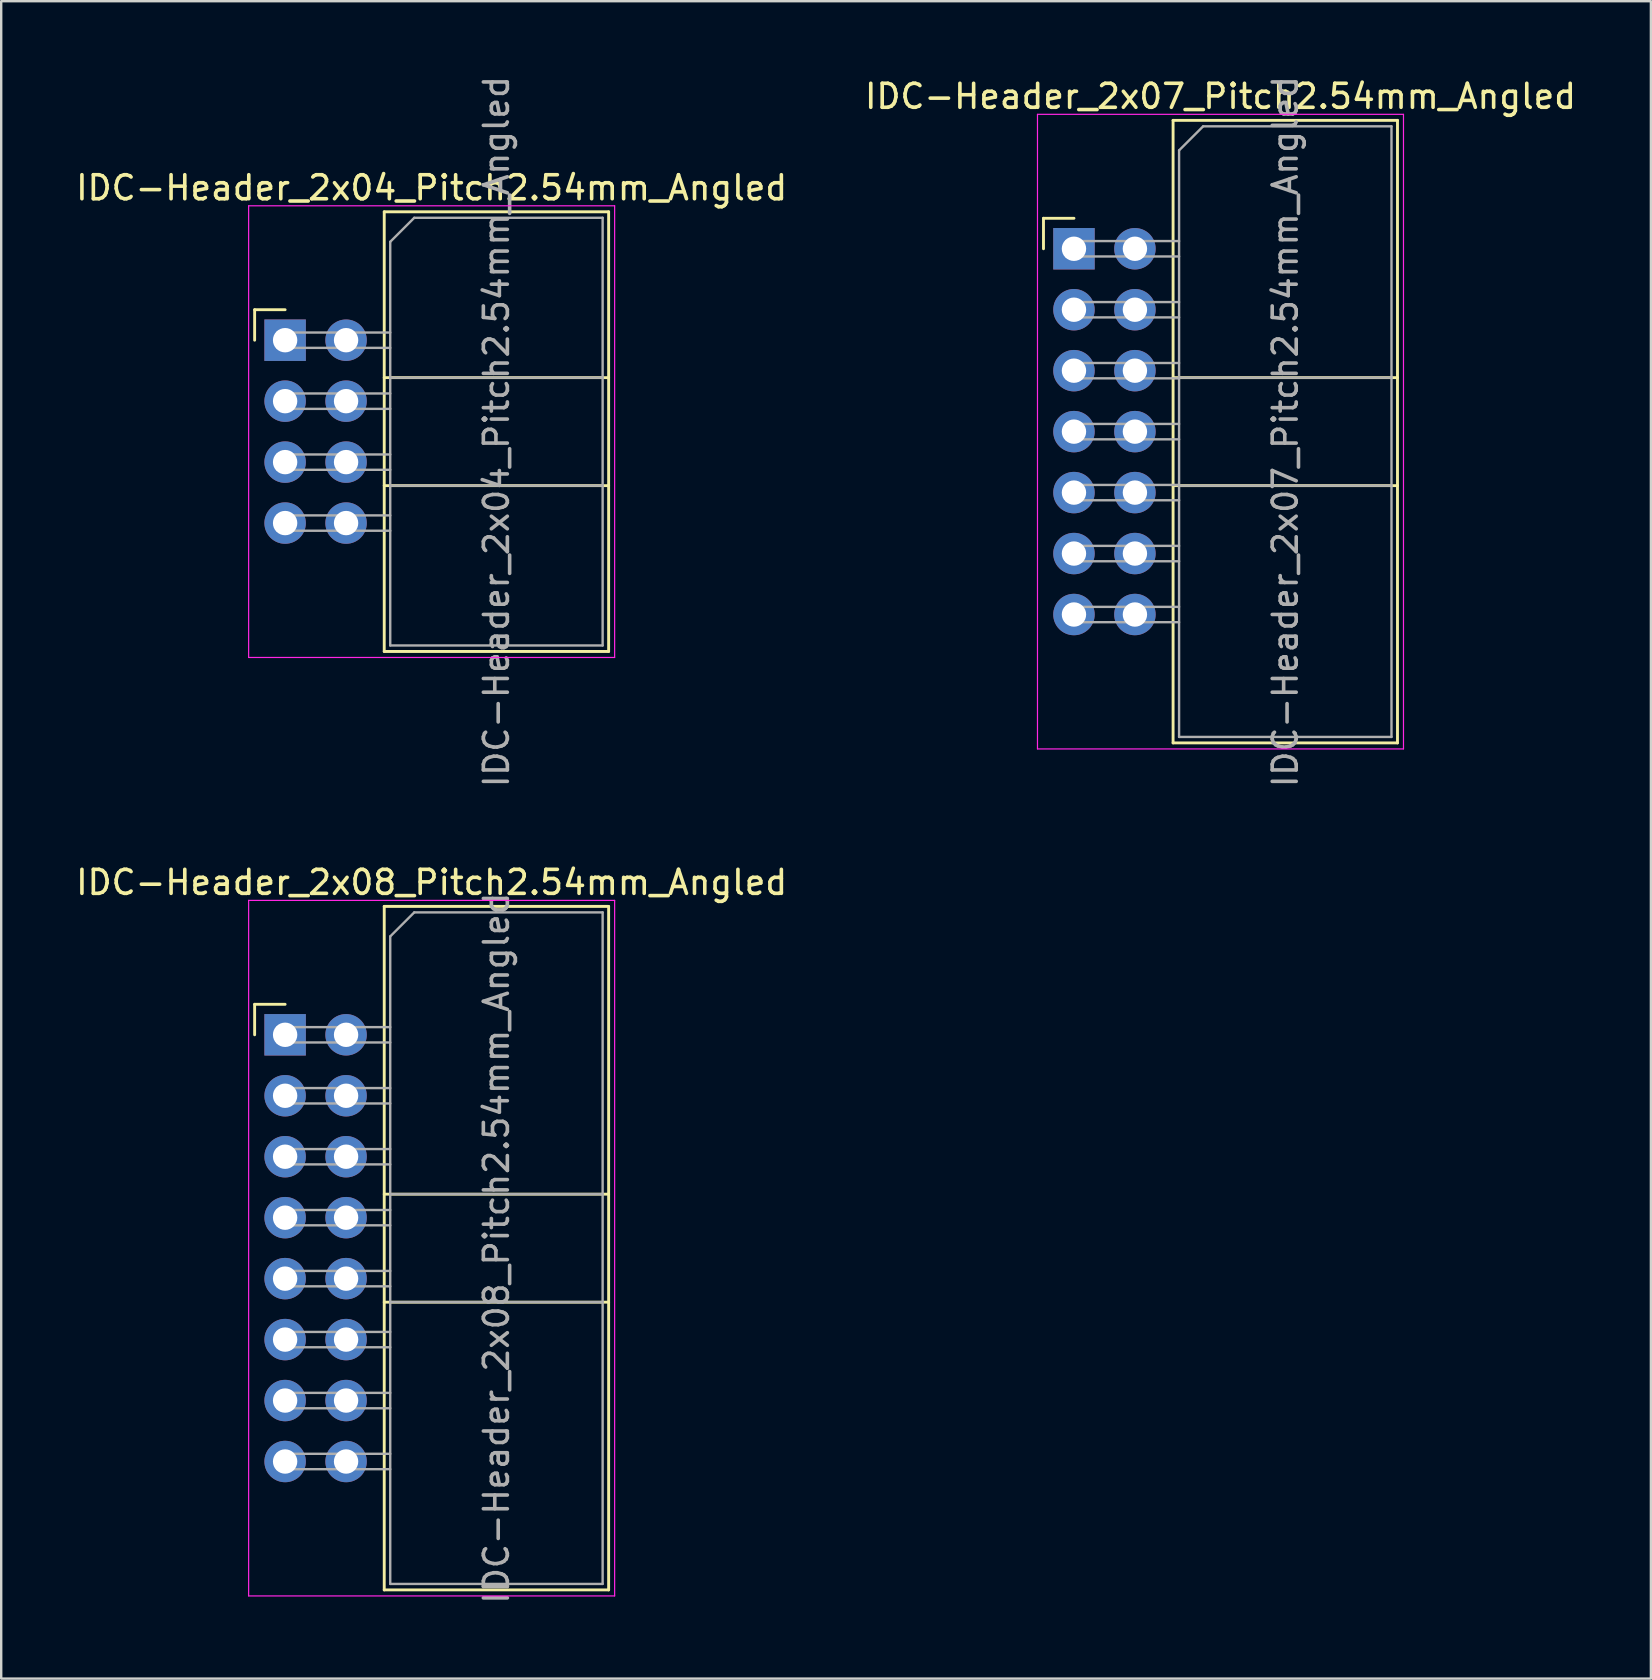
<source format=kicad_pcb>
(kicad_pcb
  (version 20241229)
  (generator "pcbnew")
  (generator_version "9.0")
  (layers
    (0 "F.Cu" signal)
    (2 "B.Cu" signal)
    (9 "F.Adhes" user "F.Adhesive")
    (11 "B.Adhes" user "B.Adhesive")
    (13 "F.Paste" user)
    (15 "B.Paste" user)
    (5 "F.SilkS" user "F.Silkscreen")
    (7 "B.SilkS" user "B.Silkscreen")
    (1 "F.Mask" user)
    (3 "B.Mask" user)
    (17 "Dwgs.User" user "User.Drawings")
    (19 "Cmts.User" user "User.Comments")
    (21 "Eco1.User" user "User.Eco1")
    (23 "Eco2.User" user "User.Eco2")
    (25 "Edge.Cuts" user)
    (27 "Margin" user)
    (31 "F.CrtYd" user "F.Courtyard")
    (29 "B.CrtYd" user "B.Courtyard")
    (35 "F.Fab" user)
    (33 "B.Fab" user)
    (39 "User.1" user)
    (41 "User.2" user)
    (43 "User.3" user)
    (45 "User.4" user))
  (footprint "IDC-Header_2x08_Pitch2.54mm_Angled"
    (layer "F.Cu")
    (at 8.83 40.067)
    (property "Reference" "IDC-Header_2x08_Pitch2.54mm_Angled" (at 6.105 -6.35 0) (layer "F.SilkS") (effects (font (size 1 1) (thickness 0.15))))
    (attr through_hole)
    (fp_line (start -1.27 -1.27) (end -1.27 0) (stroke (width 0.12) (type solid)) (layer "F.SilkS"))
    (fp_line (start 0 -1.27) (end -1.27 -1.27) (stroke (width 0.12) (type solid)) (layer "F.SilkS"))
    (fp_line (start 4.13 -5.35) (end 13.48 -5.35) (stroke (width 0.12) (type solid)) (layer "F.SilkS"))
    (fp_line (start 4.13 6.64) (end 13.48 6.64) (stroke (width 0.12) (type solid)) (layer "F.SilkS"))
    (fp_line (start 4.13 11.14) (end 13.48 11.14) (stroke (width 0.12) (type solid)) (layer "F.SilkS"))
    (fp_line (start 4.13 23.13) (end 4.13 -5.35) (stroke (width 0.12) (type solid)) (layer "F.SilkS"))
    (fp_line (start 4.13 23.13) (end 13.48 23.13) (stroke (width 0.12) (type solid)) (layer "F.SilkS"))
    (fp_line (start 13.48 -5.35) (end 13.48 23.13) (stroke (width 0.12) (type solid)) (layer "F.SilkS"))
    (fp_line (start -1.52 -5.6) (end 13.73 -5.6) (stroke (width 0.05) (type solid)) (layer "F.CrtYd"))
    (fp_line (start -1.52 23.38) (end -1.52 -5.6) (stroke (width 0.05) (type solid)) (layer "F.CrtYd"))
    (fp_line (start 13.73 -5.6) (end 13.73 23.38) (stroke (width 0.05) (type solid)) (layer "F.CrtYd"))
    (fp_line (start 13.73 23.38) (end -1.52 23.38) (stroke (width 0.05) (type solid)) (layer "F.CrtYd"))
    (fp_line (start -0.32 -0.32) (end -0.32 0.32) (stroke (width 0.1) (type solid)) (layer "F.Fab"))
    (fp_line (start -0.32 0.32) (end 4.38 0.32) (stroke (width 0.1) (type solid)) (layer "F.Fab"))
    (fp_line (start -0.32 2.22) (end -0.32 2.86) (stroke (width 0.1) (type solid)) (layer "F.Fab"))
    (fp_line (start -0.32 2.86) (end 4.38 2.86) (stroke (width 0.1) (type solid)) (layer "F.Fab"))
    (fp_line (start -0.32 4.76) (end -0.32 5.4) (stroke (width 0.1) (type solid)) (layer "F.Fab"))
    (fp_line (start -0.32 5.4) (end 4.38 5.4) (stroke (width 0.1) (type solid)) (layer "F.Fab"))
    (fp_line (start -0.32 7.3) (end -0.32 7.94) (stroke (width 0.1) (type solid)) (layer "F.Fab"))
    (fp_line (start -0.32 7.94) (end 4.38 7.94) (stroke (width 0.1) (type solid)) (layer "F.Fab"))
    (fp_line (start -0.32 9.84) (end -0.32 10.48) (stroke (width 0.1) (type solid)) (layer "F.Fab"))
    (fp_line (start -0.32 10.48) (end 4.38 10.48) (stroke (width 0.1) (type solid)) (layer "F.Fab"))
    (fp_line (start -0.32 12.38) (end -0.32 13.02) (stroke (width 0.1) (type solid)) (layer "F.Fab"))
    (fp_line (start -0.32 13.02) (end 4.38 13.02) (stroke (width 0.1) (type solid)) (layer "F.Fab"))
    (fp_line (start -0.32 14.92) (end -0.32 15.56) (stroke (width 0.1) (type solid)) (layer "F.Fab"))
    (fp_line (start -0.32 15.56) (end 4.38 15.56) (stroke (width 0.1) (type solid)) (layer "F.Fab"))
    (fp_line (start -0.32 17.46) (end -0.32 18.1) (stroke (width 0.1) (type solid)) (layer "F.Fab"))
    (fp_line (start -0.32 18.1) (end 4.38 18.1) (stroke (width 0.1) (type solid)) (layer "F.Fab"))
    (fp_line (start 4.38 -4.1) (end 5.38 -5.1) (stroke (width 0.1) (type solid)) (layer "F.Fab"))
    (fp_line (start 4.38 -0.32) (end -0.32 -0.32) (stroke (width 0.1) (type solid)) (layer "F.Fab"))
    (fp_line (start 4.38 2.22) (end -0.32 2.22) (stroke (width 0.1) (type solid)) (layer "F.Fab"))
    (fp_line (start 4.38 4.76) (end -0.32 4.76) (stroke (width 0.1) (type solid)) (layer "F.Fab"))
    (fp_line (start 4.38 6.64) (end 13.23 6.64) (stroke (width 0.1) (type solid)) (layer "F.Fab"))
    (fp_line (start 4.38 7.3) (end -0.32 7.3) (stroke (width 0.1) (type solid)) (layer "F.Fab"))
    (fp_line (start 4.38 9.84) (end -0.32 9.84) (stroke (width 0.1) (type solid)) (layer "F.Fab"))
    (fp_line (start 4.38 11.14) (end 13.23 11.14) (stroke (width 0.1) (type solid)) (layer "F.Fab"))
    (fp_line (start 4.38 12.38) (end -0.32 12.38) (stroke (width 0.1) (type solid)) (layer "F.Fab"))
    (fp_line (start 4.38 14.92) (end -0.32 14.92) (stroke (width 0.1) (type solid)) (layer "F.Fab"))
    (fp_line (start 4.38 17.46) (end -0.32 17.46) (stroke (width 0.1) (type solid)) (layer "F.Fab"))
    (fp_line (start 4.38 22.88) (end 4.38 -4.1) (stroke (width 0.1) (type solid)) (layer "F.Fab"))
    (fp_line (start 4.38 22.88) (end 13.23 22.88) (stroke (width 0.1) (type solid)) (layer "F.Fab"))
    (fp_line (start 5.38 -5.1) (end 13.23 -5.1) (stroke (width 0.1) (type solid)) (layer "F.Fab"))
    (fp_line (start 13.23 22.88) (end 13.23 -5.1) (stroke (width 0.1) (type solid)) (layer "F.Fab"))
    (fp_text user "${REFERENCE}" (at 8.805 8.89 90) (layer "F.Fab") (effects (font (size 1 1) (thickness 0.15))))
    (pad "1" thru_hole rect (at 0 0) (size 1.727 1.727) (drill 1.016) (layers "*.Cu" "*.Mask"))
    (pad "2" thru_hole oval (at 2.54 0) (size 1.727 1.727) (drill 1.016) (layers "*.Cu" "*.Mask"))
    (pad "3" thru_hole oval (at 0 2.54) (size 1.727 1.727) (drill 1.016) (layers "*.Cu" "*.Mask"))
    (pad "4" thru_hole oval (at 2.54 2.54) (size 1.727 1.727) (drill 1.016) (layers "*.Cu" "*.Mask"))
    (pad "5" thru_hole oval (at 0 5.08) (size 1.727 1.727) (drill 1.016) (layers "*.Cu" "*.Mask"))
    (pad "6" thru_hole oval (at 2.54 5.08) (size 1.727 1.727) (drill 1.016) (layers "*.Cu" "*.Mask"))
    (pad "7" thru_hole oval (at 0 7.62) (size 1.727 1.727) (drill 1.016) (layers "*.Cu" "*.Mask"))
    (pad "8" thru_hole oval (at 2.54 7.62) (size 1.727 1.727) (drill 1.016) (layers "*.Cu" "*.Mask"))
    (pad "9" thru_hole oval (at 0 10.16) (size 1.727 1.727) (drill 1.016) (layers "*.Cu" "*.Mask"))
    (pad "10" thru_hole oval (at 2.54 10.16) (size 1.727 1.727) (drill 1.016) (layers "*.Cu" "*.Mask"))
    (pad "11" thru_hole oval (at 0 12.7) (size 1.727 1.727) (drill 1.016) (layers "*.Cu" "*.Mask"))
    (pad "12" thru_hole oval (at 2.54 12.7) (size 1.727 1.727) (drill 1.016) (layers "*.Cu" "*.Mask"))
    (pad "13" thru_hole oval (at 0 15.24) (size 1.727 1.727) (drill 1.016) (layers "*.Cu" "*.Mask"))
    (pad "14" thru_hole oval (at 2.54 15.24) (size 1.727 1.727) (drill 1.016) (layers "*.Cu" "*.Mask"))
    (pad "15" thru_hole oval (at 0 17.78) (size 1.727 1.727) (drill 1.016) (layers "*.Cu" "*.Mask"))
    (pad "16" thru_hole oval (at 2.54 17.78) (size 1.727 1.727) (drill 1.016) (layers "*.Cu" "*.Mask")))
  (footprint "IDC-Header_2x04_Pitch2.54mm_Angled"
    (layer "F.Cu")
    (at 8.83 11.125)
    (property "Reference" "IDC-Header_2x04_Pitch2.54mm_Angled" (at 6.105 -6.35 0) (layer "F.SilkS") (effects (font (size 1 1) (thickness 0.15))))
    (attr through_hole)
    (fp_line (start -1.27 -1.27) (end -1.27 0) (stroke (width 0.12) (type solid)) (layer "F.SilkS"))
    (fp_line (start 0 -1.27) (end -1.27 -1.27) (stroke (width 0.12) (type solid)) (layer "F.SilkS"))
    (fp_line (start 4.13 -5.35) (end 13.48 -5.35) (stroke (width 0.12) (type solid)) (layer "F.SilkS"))
    (fp_line (start 4.13 1.56) (end 13.48 1.56) (stroke (width 0.12) (type solid)) (layer "F.SilkS"))
    (fp_line (start 4.13 6.06) (end 13.48 6.06) (stroke (width 0.12) (type solid)) (layer "F.SilkS"))
    (fp_line (start 4.13 12.97) (end 4.13 -5.35) (stroke (width 0.12) (type solid)) (layer "F.SilkS"))
    (fp_line (start 4.13 12.97) (end 13.48 12.97) (stroke (width 0.12) (type solid)) (layer "F.SilkS"))
    (fp_line (start 13.48 -5.35) (end 13.48 12.97) (stroke (width 0.12) (type solid)) (layer "F.SilkS"))
    (fp_line (start -1.52 -5.6) (end 13.73 -5.6) (stroke (width 0.05) (type solid)) (layer "F.CrtYd"))
    (fp_line (start -1.52 13.22) (end -1.52 -5.6) (stroke (width 0.05) (type solid)) (layer "F.CrtYd"))
    (fp_line (start 13.73 -5.6) (end 13.73 13.22) (stroke (width 0.05) (type solid)) (layer "F.CrtYd"))
    (fp_line (start 13.73 13.22) (end -1.52 13.22) (stroke (width 0.05) (type solid)) (layer "F.CrtYd"))
    (fp_line (start -0.32 -0.32) (end -0.32 0.32) (stroke (width 0.1) (type solid)) (layer "F.Fab"))
    (fp_line (start -0.32 0.32) (end 4.38 0.32) (stroke (width 0.1) (type solid)) (layer "F.Fab"))
    (fp_line (start -0.32 2.22) (end -0.32 2.86) (stroke (width 0.1) (type solid)) (layer "F.Fab"))
    (fp_line (start -0.32 2.86) (end 4.38 2.86) (stroke (width 0.1) (type solid)) (layer "F.Fab"))
    (fp_line (start -0.32 4.76) (end -0.32 5.4) (stroke (width 0.1) (type solid)) (layer "F.Fab"))
    (fp_line (start -0.32 5.4) (end 4.38 5.4) (stroke (width 0.1) (type solid)) (layer "F.Fab"))
    (fp_line (start -0.32 7.3) (end -0.32 7.94) (stroke (width 0.1) (type solid)) (layer "F.Fab"))
    (fp_line (start -0.32 7.94) (end 4.38 7.94) (stroke (width 0.1) (type solid)) (layer "F.Fab"))
    (fp_line (start 4.38 -4.1) (end 5.38 -5.1) (stroke (width 0.1) (type solid)) (layer "F.Fab"))
    (fp_line (start 4.38 -0.32) (end -0.32 -0.32) (stroke (width 0.1) (type solid)) (layer "F.Fab"))
    (fp_line (start 4.38 1.56) (end 13.23 1.56) (stroke (width 0.1) (type solid)) (layer "F.Fab"))
    (fp_line (start 4.38 2.22) (end -0.32 2.22) (stroke (width 0.1) (type solid)) (layer "F.Fab"))
    (fp_line (start 4.38 4.76) (end -0.32 4.76) (stroke (width 0.1) (type solid)) (layer "F.Fab"))
    (fp_line (start 4.38 6.06) (end 13.23 6.06) (stroke (width 0.1) (type solid)) (layer "F.Fab"))
    (fp_line (start 4.38 7.3) (end -0.32 7.3) (stroke (width 0.1) (type solid)) (layer "F.Fab"))
    (fp_line (start 4.38 12.72) (end 4.38 -4.1) (stroke (width 0.1) (type solid)) (layer "F.Fab"))
    (fp_line (start 4.38 12.72) (end 13.23 12.72) (stroke (width 0.1) (type solid)) (layer "F.Fab"))
    (fp_line (start 5.38 -5.1) (end 13.23 -5.1) (stroke (width 0.1) (type solid)) (layer "F.Fab"))
    (fp_line (start 13.23 12.72) (end 13.23 -5.1) (stroke (width 0.1) (type solid)) (layer "F.Fab"))
    (fp_text user "${REFERENCE}" (at 8.805 3.81 90) (layer "F.Fab") (effects (font (size 1 1) (thickness 0.15))))
    (pad "1" thru_hole rect (at 0 0) (size 1.727 1.727) (drill 1.016) (layers "*.Cu" "*.Mask"))
    (pad "2" thru_hole oval (at 2.54 0) (size 1.727 1.727) (drill 1.016) (layers "*.Cu" "*.Mask"))
    (pad "3" thru_hole oval (at 0 2.54) (size 1.727 1.727) (drill 1.016) (layers "*.Cu" "*.Mask"))
    (pad "4" thru_hole oval (at 2.54 2.54) (size 1.727 1.727) (drill 1.016) (layers "*.Cu" "*.Mask"))
    (pad "5" thru_hole oval (at 0 5.08) (size 1.727 1.727) (drill 1.016) (layers "*.Cu" "*.Mask"))
    (pad "6" thru_hole oval (at 2.54 5.08) (size 1.727 1.727) (drill 1.016) (layers "*.Cu" "*.Mask"))
    (pad "7" thru_hole oval (at 0 7.62) (size 1.727 1.727) (drill 1.016) (layers "*.Cu" "*.Mask"))
    (pad "8" thru_hole oval (at 2.54 7.62) (size 1.727 1.727) (drill 1.016) (layers "*.Cu" "*.Mask")))
  (footprint "IDC-Header_2x07_Pitch2.54mm_Angled"
    (layer "F.Cu")
    (at 41.699 7.315)
    (property "Reference" "IDC-Header_2x07_Pitch2.54mm_Angled" (at 6.105 -6.35 0) (layer "F.SilkS") (effects (font (size 1 1) (thickness 0.15))))
    (attr through_hole)
    (fp_line (start -1.27 -1.27) (end -1.27 0) (stroke (width 0.12) (type solid)) (layer "F.SilkS"))
    (fp_line (start 0 -1.27) (end -1.27 -1.27) (stroke (width 0.12) (type solid)) (layer "F.SilkS"))
    (fp_line (start 4.13 -5.35) (end 13.48 -5.35) (stroke (width 0.12) (type solid)) (layer "F.SilkS"))
    (fp_line (start 4.13 5.37) (end 13.48 5.37) (stroke (width 0.12) (type solid)) (layer "F.SilkS"))
    (fp_line (start 4.13 9.87) (end 13.48 9.87) (stroke (width 0.12) (type solid)) (layer "F.SilkS"))
    (fp_line (start 4.13 20.59) (end 4.13 -5.35) (stroke (width 0.12) (type solid)) (layer "F.SilkS"))
    (fp_line (start 4.13 20.59) (end 13.48 20.59) (stroke (width 0.12) (type solid)) (layer "F.SilkS"))
    (fp_line (start 13.48 -5.35) (end 13.48 20.59) (stroke (width 0.12) (type solid)) (layer "F.SilkS"))
    (fp_line (start -1.52 -5.6) (end 13.73 -5.6) (stroke (width 0.05) (type solid)) (layer "F.CrtYd"))
    (fp_line (start -1.52 20.84) (end -1.52 -5.6) (stroke (width 0.05) (type solid)) (layer "F.CrtYd"))
    (fp_line (start 13.73 -5.6) (end 13.73 20.84) (stroke (width 0.05) (type solid)) (layer "F.CrtYd"))
    (fp_line (start 13.73 20.84) (end -1.52 20.84) (stroke (width 0.05) (type solid)) (layer "F.CrtYd"))
    (fp_line (start -0.32 -0.32) (end -0.32 0.32) (stroke (width 0.1) (type solid)) (layer "F.Fab"))
    (fp_line (start -0.32 0.32) (end 4.38 0.32) (stroke (width 0.1) (type solid)) (layer "F.Fab"))
    (fp_line (start -0.32 2.22) (end -0.32 2.86) (stroke (width 0.1) (type solid)) (layer "F.Fab"))
    (fp_line (start -0.32 2.86) (end 4.38 2.86) (stroke (width 0.1) (type solid)) (layer "F.Fab"))
    (fp_line (start -0.32 4.76) (end -0.32 5.4) (stroke (width 0.1) (type solid)) (layer "F.Fab"))
    (fp_line (start -0.32 5.4) (end 4.38 5.4) (stroke (width 0.1) (type solid)) (layer "F.Fab"))
    (fp_line (start -0.32 7.3) (end -0.32 7.94) (stroke (width 0.1) (type solid)) (layer "F.Fab"))
    (fp_line (start -0.32 7.94) (end 4.38 7.94) (stroke (width 0.1) (type solid)) (layer "F.Fab"))
    (fp_line (start -0.32 9.84) (end -0.32 10.48) (stroke (width 0.1) (type solid)) (layer "F.Fab"))
    (fp_line (start -0.32 10.48) (end 4.38 10.48) (stroke (width 0.1) (type solid)) (layer "F.Fab"))
    (fp_line (start -0.32 12.38) (end -0.32 13.02) (stroke (width 0.1) (type solid)) (layer "F.Fab"))
    (fp_line (start -0.32 13.02) (end 4.38 13.02) (stroke (width 0.1) (type solid)) (layer "F.Fab"))
    (fp_line (start -0.32 14.92) (end -0.32 15.56) (stroke (width 0.1) (type solid)) (layer "F.Fab"))
    (fp_line (start -0.32 15.56) (end 4.38 15.56) (stroke (width 0.1) (type solid)) (layer "F.Fab"))
    (fp_line (start 4.38 -4.1) (end 5.38 -5.1) (stroke (width 0.1) (type solid)) (layer "F.Fab"))
    (fp_line (start 4.38 -0.32) (end -0.32 -0.32) (stroke (width 0.1) (type solid)) (layer "F.Fab"))
    (fp_line (start 4.38 2.22) (end -0.32 2.22) (stroke (width 0.1) (type solid)) (layer "F.Fab"))
    (fp_line (start 4.38 4.76) (end -0.32 4.76) (stroke (width 0.1) (type solid)) (layer "F.Fab"))
    (fp_line (start 4.38 5.37) (end 13.23 5.37) (stroke (width 0.1) (type solid)) (layer "F.Fab"))
    (fp_line (start 4.38 7.3) (end -0.32 7.3) (stroke (width 0.1) (type solid)) (layer "F.Fab"))
    (fp_line (start 4.38 9.84) (end -0.32 9.84) (stroke (width 0.1) (type solid)) (layer "F.Fab"))
    (fp_line (start 4.38 9.87) (end 13.23 9.87) (stroke (width 0.1) (type solid)) (layer "F.Fab"))
    (fp_line (start 4.38 12.38) (end -0.32 12.38) (stroke (width 0.1) (type solid)) (layer "F.Fab"))
    (fp_line (start 4.38 14.92) (end -0.32 14.92) (stroke (width 0.1) (type solid)) (layer "F.Fab"))
    (fp_line (start 4.38 20.34) (end 4.38 -4.1) (stroke (width 0.1) (type solid)) (layer "F.Fab"))
    (fp_line (start 4.38 20.34) (end 13.23 20.34) (stroke (width 0.1) (type solid)) (layer "F.Fab"))
    (fp_line (start 5.38 -5.1) (end 13.23 -5.1) (stroke (width 0.1) (type solid)) (layer "F.Fab"))
    (fp_line (start 13.23 20.34) (end 13.23 -5.1) (stroke (width 0.1) (type solid)) (layer "F.Fab"))
    (fp_text user "${REFERENCE}" (at 8.805 7.62 90) (layer "F.Fab") (effects (font (size 1 1) (thickness 0.15))))
    (pad "1" thru_hole rect (at 0 0) (size 1.727 1.727) (drill 1.016) (layers "*.Cu" "*.Mask"))
    (pad "2" thru_hole oval (at 2.54 0) (size 1.727 1.727) (drill 1.016) (layers "*.Cu" "*.Mask"))
    (pad "3" thru_hole oval (at 0 2.54) (size 1.727 1.727) (drill 1.016) (layers "*.Cu" "*.Mask"))
    (pad "4" thru_hole oval (at 2.54 2.54) (size 1.727 1.727) (drill 1.016) (layers "*.Cu" "*.Mask"))
    (pad "5" thru_hole oval (at 0 5.08) (size 1.727 1.727) (drill 1.016) (layers "*.Cu" "*.Mask"))
    (pad "6" thru_hole oval (at 2.54 5.08) (size 1.727 1.727) (drill 1.016) (layers "*.Cu" "*.Mask"))
    (pad "7" thru_hole oval (at 0 7.62) (size 1.727 1.727) (drill 1.016) (layers "*.Cu" "*.Mask"))
    (pad "8" thru_hole oval (at 2.54 7.62) (size 1.727 1.727) (drill 1.016) (layers "*.Cu" "*.Mask"))
    (pad "9" thru_hole oval (at 0 10.16) (size 1.727 1.727) (drill 1.016) (layers "*.Cu" "*.Mask"))
    (pad "10" thru_hole oval (at 2.54 10.16) (size 1.727 1.727) (drill 1.016) (layers "*.Cu" "*.Mask"))
    (pad "11" thru_hole oval (at 0 12.7) (size 1.727 1.727) (drill 1.016) (layers "*.Cu" "*.Mask"))
    (pad "12" thru_hole oval (at 2.54 12.7) (size 1.727 1.727) (drill 1.016) (layers "*.Cu" "*.Mask"))
    (pad "13" thru_hole oval (at 0 15.24) (size 1.727 1.727) (drill 1.016) (layers "*.Cu" "*.Mask"))
    (pad "14" thru_hole oval (at 2.54 15.24) (size 1.727 1.727) (drill 1.016) (layers "*.Cu" "*.Mask")))
  (gr_rect
    (start -3 -3)
    (end 65.738 66.892)
    (stroke (width 0.1) (type default))
    (fill no)
    (layer "Edge.Cuts")))
</source>
